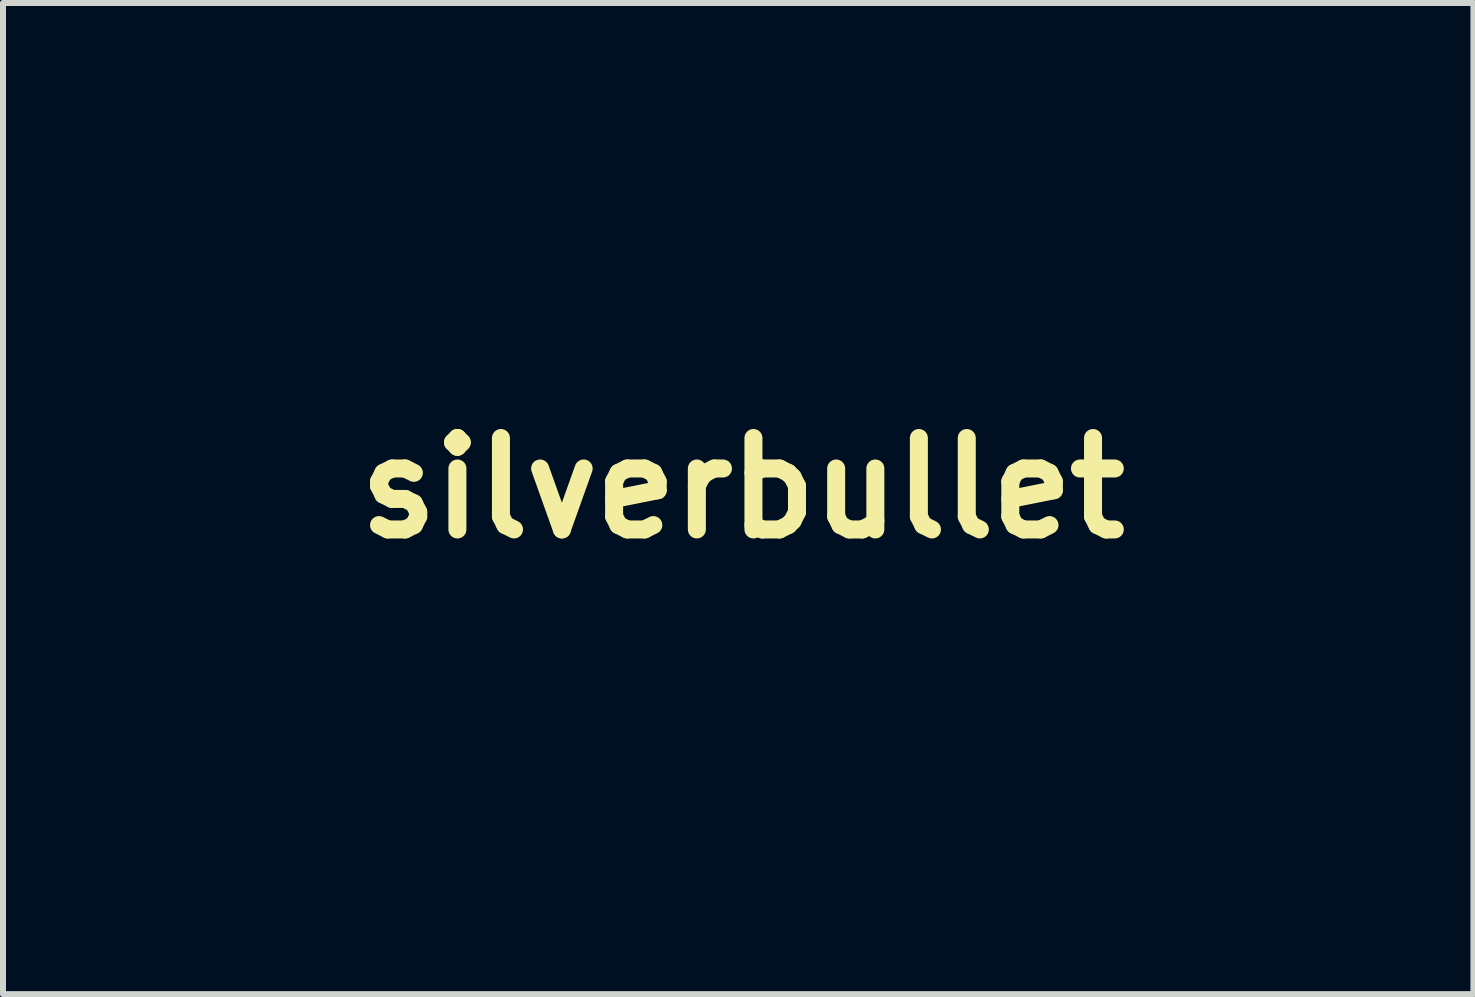
<source format=kicad_pcb>
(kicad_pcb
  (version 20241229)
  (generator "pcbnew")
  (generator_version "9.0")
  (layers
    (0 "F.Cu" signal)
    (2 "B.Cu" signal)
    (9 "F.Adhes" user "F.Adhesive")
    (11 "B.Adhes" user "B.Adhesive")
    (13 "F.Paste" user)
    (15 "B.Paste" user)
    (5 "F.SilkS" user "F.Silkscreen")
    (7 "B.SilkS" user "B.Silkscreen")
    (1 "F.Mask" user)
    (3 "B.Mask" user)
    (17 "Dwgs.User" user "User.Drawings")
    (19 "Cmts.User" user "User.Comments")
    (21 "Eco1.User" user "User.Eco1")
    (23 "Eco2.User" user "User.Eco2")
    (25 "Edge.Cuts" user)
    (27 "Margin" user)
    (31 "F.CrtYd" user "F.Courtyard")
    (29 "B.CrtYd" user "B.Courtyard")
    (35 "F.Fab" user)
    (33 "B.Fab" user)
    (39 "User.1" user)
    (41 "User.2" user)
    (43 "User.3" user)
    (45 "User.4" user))
  (footprint "silverbullet"
    (layer "F.Cu")
    (at 9.328 5.086)
    (property "Reference" "silverbullet" (at 0 0 0) (layer "F.SilkS") (effects (font (size 1.524 1.524) (thickness 0.3))))
    (attr through_hole)
    (fp_poly (pts (xy -6.532 -1.189) (xy -6.495 -1.095) (xy -6.568 -0.99) (xy -6.702 -0.891) (xy -6.797 -0.879) (xy -6.822 -0.93) (xy -6.783 -1.028) (xy -6.718 -1.129) (xy -6.617 -1.221) (xy -6.532 -1.189)) (stroke (width 0.01) (type solid)) (fill yes) (layer "F.Mask"))
    (fp_poly (pts (xy 8.932 2.307) (xy 8.996 2.39) (xy 9.069 2.623) (xy 9.006 2.816) (xy 8.825 2.971) (xy 8.607 3.139) (xy 8.455 3.321) (xy 8.377 3.492) (xy 8.385 3.625) (xy 8.488 3.696) (xy 8.544 3.701) (xy 8.653 3.64) (xy 8.778 3.45) (xy 8.867 3.266) (xy 8.976 3.043) (xy 9.074 2.887) (xy 9.136 2.83) (xy 9.178 2.894) (xy 9.171 3.066) (xy 9.12 3.319) (xy 9.064 3.515) (xy 9.035 3.716) (xy 9.07 3.802) (xy 9.14 3.918) (xy 9.092 3.985) (xy 9.043 3.991) (xy 8.962 4.058) (xy 8.9 4.231) (xy 8.893 4.264) (xy 8.813 4.649) (xy 8.729 4.903) (xy 8.631 5.039) (xy 8.508 5.072) (xy 8.35 5.014) (xy 8.328 5.002) (xy 8.228 4.897) (xy 8.212 4.732) (xy 8.279 4.483) (xy 8.343 4.324) (xy 8.486 3.991) (xy 8.276 3.991) (xy 8.045 3.928) (xy 7.87 3.764) (xy 7.777 3.544) (xy 7.794 3.307) (xy 7.811 3.266) (xy 7.899 3.133) (xy 8.055 2.949) (xy 8.249 2.741) (xy 8.452 2.539) (xy 8.637 2.372) (xy 8.773 2.269) (xy 8.82 2.25) (xy 8.932 2.307)) (stroke (width 0.01) (type solid)) (fill yes) (layer "F.Mask"))
    (fp_poly (pts (xy 7.293 2.281) (xy 7.378 2.363) (xy 7.379 2.365) (xy 7.474 2.585) (xy 7.425 2.789) (xy 7.235 2.967) (xy 7.228 2.971) (xy 7.012 3.138) (xy 6.86 3.319) (xy 6.781 3.49) (xy 6.786 3.623) (xy 6.885 3.694) (xy 6.946 3.699) (xy 7.061 3.627) (xy 7.198 3.416) (xy 7.271 3.263) (xy 7.38 3.042) (xy 7.475 2.886) (xy 7.533 2.83) (xy 7.557 2.893) (xy 7.554 3.052) (xy 7.53 3.262) (xy 7.489 3.475) (xy 7.44 3.639) (xy 7.436 3.764) (xy 7.47 3.807) (xy 7.544 3.9) (xy 7.508 3.977) (xy 7.447 3.991) (xy 7.366 4.058) (xy 7.303 4.231) (xy 7.297 4.264) (xy 7.219 4.642) (xy 7.14 4.891) (xy 7.046 5.027) (xy 6.925 5.066) (xy 6.763 5.023) (xy 6.703 4.995) (xy 6.604 4.929) (xy 6.582 4.831) (xy 6.62 4.655) (xy 6.699 4.416) (xy 6.791 4.199) (xy 6.795 4.191) (xy 6.858 4.052) (xy 6.831 3.999) (xy 6.697 3.99) (xy 6.472 3.958) (xy 6.324 3.841) (xy 6.252 3.724) (xy 6.185 3.548) (xy 6.19 3.379) (xy 6.278 3.191) (xy 6.459 2.954) (xy 6.621 2.774) (xy 6.877 2.507) (xy 7.062 2.342) (xy 7.194 2.27) (xy 7.293 2.281)) (stroke (width 0.01) (type solid)) (fill yes) (layer "F.Mask"))
    (fp_poly (pts (xy -7.36 -1.971) (xy -7.149 -1.934) (xy -7.046 -1.887) (xy -7.017 -1.797) (xy -7.024 -1.668) (xy -7.07 -1.443) (xy -7.151 -1.256) (xy -7.214 -1.178) (xy -7.298 -1.131) (xy -7.437 -1.108) (xy -7.664 -1.104) (xy -7.898 -1.109) (xy -8.315 -1.102) (xy -8.592 -1.057) (xy -8.731 -0.972) (xy -8.731 -0.846) (xy -8.594 -0.678) (xy -8.32 -0.466) (xy -8.27 -0.432) (xy -7.942 -0.159) (xy -7.746 0.128) (xy -7.684 0.42) (xy -7.758 0.703) (xy -7.944 0.941) (xy -8.189 1.098) (xy -8.496 1.194) (xy -8.815 1.222) (xy -9.094 1.174) (xy -9.206 1.117) (xy -9.323 0.971) (xy -9.317 0.777) (xy -9.186 0.526) (xy -9.086 0.391) (xy -8.93 0.229) (xy -8.802 0.148) (xy -8.725 0.148) (xy -8.722 0.229) (xy -8.816 0.39) (xy -8.82 0.395) (xy -8.929 0.593) (xy -8.919 0.724) (xy -8.802 0.782) (xy -8.59 0.762) (xy -8.295 0.657) (xy -8.286 0.653) (xy -8.083 0.537) (xy -7.994 0.417) (xy -8.023 0.278) (xy -8.173 0.107) (xy -8.45 -0.108) (xy -8.552 -0.179) (xy -8.808 -0.369) (xy -9.024 -0.556) (xy -9.166 -0.709) (xy -9.191 -0.748) (xy -9.253 -0.896) (xy -9.248 -1.026) (xy -9.171 -1.208) (xy -9.166 -1.218) (xy -8.939 -1.524) (xy -8.607 -1.763) (xy -8.199 -1.923) (xy -7.744 -1.991) (xy -7.36 -1.971)) (stroke (width 0.01) (type solid)) (fill yes) (layer "F.Mask"))
    (fp_poly (pts (xy 1.052 1.902) (xy 1.168 1.978) (xy 1.189 2.152) (xy 1.117 2.414) (xy 0.953 2.756) (xy 0.831 2.965) (xy 0.661 3.243) (xy 0.508 3.501) (xy 0.397 3.695) (xy 0.374 3.737) (xy 0.307 3.939) (xy 0.268 4.196) (xy 0.261 4.459) (xy 0.285 4.677) (xy 0.336 4.792) (xy 0.461 4.824) (xy 0.643 4.759) (xy 0.848 4.615) (xy 1.045 4.411) (xy 1.045 4.41) (xy 1.158 4.284) (xy 1.225 4.243) (xy 1.233 4.258) (xy 1.187 4.349) (xy 1.066 4.512) (xy 0.893 4.715) (xy 0.864 4.748) (xy 0.661 4.959) (xy 0.512 5.082) (xy 0.379 5.138) (xy 0.224 5.153) (xy 0.216 5.153) (xy -0.012 5.121) (xy -0.174 5.007) (xy -0.212 4.961) (xy -0.32 4.762) (xy -0.363 4.562) (xy -0.363 4.353) (xy -0.664 4.572) (xy -0.945 4.73) (xy -1.193 4.785) (xy -1.385 4.741) (xy -1.5 4.599) (xy -1.524 4.452) (xy -1.533 4.349) (xy -1.588 4.326) (xy -1.729 4.375) (xy -1.767 4.39) (xy -2.048 4.468) (xy -2.241 4.436) (xy -2.341 4.301) (xy -2.344 4.074) (xy -2.246 3.761) (xy -2.173 3.606) (xy -1.991 3.29) (xy -1.831 3.084) (xy -1.702 2.991) (xy -1.619 3.011) (xy -1.591 3.146) (xy -1.63 3.398) (xy -1.672 3.546) (xy -1.758 3.831) (xy -1.8 4.006) (xy -1.796 4.097) (xy -1.746 4.131) (xy -1.664 4.137) (xy -1.51 4.08) (xy -1.322 3.934) (xy -1.139 3.733) (xy -1.043 3.589) (xy -0.959 3.484) (xy -0.912 3.499) (xy -0.905 3.614) (xy -0.945 3.806) (xy -0.972 3.892) (xy -1.061 4.193) (xy -1.082 4.383) (xy -1.035 4.479) (xy -0.949 4.499) (xy -0.739 4.433) (xy -0.533 4.253) (xy -0.358 3.991) (xy -0.258 3.742) (xy -0.134 3.398) (xy 0.3 3.398) (xy 0.304 3.48) (xy 0.361 3.453) (xy 0.465 3.322) (xy 0.607 3.09) (xy 0.783 2.765) (xy 0.875 2.58) (xy 0.976 2.356) (xy 1.038 2.188) (xy 1.048 2.112) (xy 0.971 2.124) (xy 0.853 2.239) (xy 0.714 2.432) (xy 0.575 2.674) (xy 0.478 2.883) (xy 0.356 3.2) (xy 0.3 3.398) (xy -0.134 3.398) (xy -0.127 3.379) (xy 0.05 3.011) (xy 0.257 2.661) (xy 0.477 2.351) (xy 0.693 2.106) (xy 0.89 1.948) (xy 1.049 1.902) (xy 1.052 1.902)) (stroke (width 0.01) (type solid)) (fill yes) (layer "F.Mask"))
    (fp_poly (pts (xy -2.806 2.205) (xy -2.643 2.225) (xy -2.543 2.264) (xy -2.507 2.293) (xy -2.406 2.485) (xy -2.417 2.716) (xy -2.524 2.955) (xy -2.711 3.17) (xy -2.964 3.329) (xy -3.016 3.35) (xy -3.194 3.441) (xy -3.231 3.53) (xy -3.127 3.605) (xy -3.045 3.629) (xy -2.893 3.718) (xy -2.75 3.88) (xy -2.736 3.902) (xy -2.657 4.051) (xy -2.642 4.161) (xy -2.694 4.296) (xy -2.761 4.418) (xy -2.994 4.69) (xy -3.349 4.911) (xy -3.81 5.074) (xy -4.163 5.144) (xy -4.434 5.198) (xy -4.659 5.265) (xy -4.786 5.331) (xy -4.92 5.429) (xy -5.005 5.418) (xy -5.046 5.367) (xy -5.149 5.326) (xy -5.358 5.331) (xy -5.413 5.339) (xy -5.604 5.358) (xy -5.719 5.353) (xy -5.733 5.341) (xy -5.705 5.255) (xy -5.632 5.084) (xy -5.582 4.974) (xy -5.479 4.778) (xy -5.377 4.679) (xy -5.228 4.639) (xy -5.128 4.63) (xy -4.921 4.598) (xy -4.876 4.568) (xy -4.499 4.568) (xy -4.433 4.624) (xy -4.25 4.641) (xy -3.97 4.619) (xy -3.616 4.559) (xy -3.48 4.53) (xy -3.184 4.449) (xy -3.018 4.361) (xy -2.968 4.253) (xy -2.984 4.209) (xy -2.903 4.209) (xy -2.876 4.269) (xy -2.854 4.258) (xy -2.846 4.171) (xy -2.854 4.161) (xy -2.898 4.171) (xy -2.903 4.209) (xy -2.984 4.209) (xy -3.019 4.109) (xy -3.038 4.078) (xy -3.138 4.029) (xy -3.337 3.996) (xy -3.589 3.98) (xy -3.848 3.984) (xy -4.068 4.01) (xy -4.134 4.027) (xy -4.268 4.124) (xy -4.399 4.299) (xy -4.486 4.487) (xy -4.499 4.568) (xy -4.876 4.568) (xy -4.797 4.515) (xy -4.7 4.357) (xy -4.624 4.147) (xy -4.646 4.034) (xy -4.717 3.88) (xy -4.667 3.725) (xy -4.532 3.627) (xy -4.37 3.506) (xy -4.324 3.434) (xy -4.064 3.434) (xy -4.048 3.492) (xy -3.981 3.503) (xy -3.832 3.466) (xy -3.647 3.405) (xy -3.353 3.296) (xy -3.059 3.175) (xy -2.918 3.11) (xy -2.741 3.006) (xy -2.642 2.912) (xy -2.633 2.877) (xy -2.715 2.828) (xy -2.896 2.791) (xy -3.13 2.768) (xy -3.37 2.764) (xy -3.571 2.783) (xy -3.601 2.79) (xy -3.745 2.881) (xy -3.897 3.056) (xy -4.016 3.259) (xy -4.064 3.434) (xy -4.324 3.434) (xy -4.242 3.305) (xy -4.242 3.305) (xy -4.159 3.083) (xy -4.151 2.96) (xy -4.221 2.91) (xy -4.318 2.903) (xy -4.457 2.872) (xy -4.499 2.755) (xy -4.499 2.729) (xy -4.454 2.541) (xy -4.372 2.399) (xy -4.302 2.33) (xy -4.205 2.282) (xy -4.052 2.251) (xy -3.815 2.23) (xy -3.464 2.213) (xy -3.432 2.212) (xy -3.06 2.202) (xy -2.806 2.205)) (stroke (width 0.01) (type solid)) (fill yes) (layer "F.Mask"))
    (fp_poly (pts (xy -4.553 -2.083) (xy -4.506 -1.989) (xy -4.499 -1.862) (xy -4.533 -1.686) (xy -4.638 -1.441) (xy -4.823 -1.109) (xy -4.951 -0.9) (xy -5.148 -0.581) (xy -5.279 -0.346) (xy -5.359 -0.158) (xy -5.403 0.019) (xy -5.426 0.223) (xy -5.431 0.308) (xy -5.432 0.622) (xy -5.386 0.804) (xy -5.285 0.86) (xy -5.12 0.797) (xy -4.975 0.698) (xy -4.674 0.415) (xy -4.46 0.079) (xy -4.308 -0.351) (xy -4.283 -0.451) (xy -4.22 -0.707) (xy -4.173 -0.844) (xy -4.129 -0.883) (xy -4.072 -0.847) (xy -4.046 -0.819) (xy -3.968 -0.657) (xy -3.916 -0.371) (xy -3.895 -0.122) (xy -3.875 0.15) (xy -3.851 0.362) (xy -3.827 0.475) (xy -3.823 0.483) (xy -3.762 0.457) (xy -3.663 0.336) (xy -3.546 0.157) (xy -3.434 -0.044) (xy -3.347 -0.23) (xy -3.308 -0.364) (xy -3.31 -0.395) (xy -3.302 -0.49) (xy -3.231 -0.508) (xy -3.12 -0.44) (xy -3.01 -0.255) (xy -2.995 -0.218) (xy -2.878 0.000123) (xy -2.76 0.074) (xy -2.651 0.006) (xy -2.56 -0.206) (xy -2.552 -0.237) (xy -2.523 -0.307) (xy -1.926 -0.307) (xy -1.92 -0.213) (xy -1.854 -0.176) (xy -1.754 -0.258) (xy -1.731 -0.286) (xy -1.649 -0.426) (xy -1.642 -0.523) (xy -1.719 -0.533) (xy -1.832 -0.45) (xy -1.926 -0.307) (xy -2.523 -0.307) (xy -2.439 -0.509) (xy -2.267 -0.745) (xy -2.253 -0.759) (xy -2.108 -0.889) (xy -2.003 -0.93) (xy -1.876 -0.895) (xy -1.78 -0.85) (xy -1.56 -0.686) (xy -1.475 -0.473) (xy -1.528 -0.212) (xy -1.556 -0.153) (xy -1.693 0.023) (xy -1.842 0.063) (xy -1.986 -0.036) (xy -2 -0.054) (xy -2.07 -0.131) (xy -2.112 -0.091) (xy -2.141 0.013) (xy -2.16 0.29) (xy -2.074 0.49) (xy -1.904 0.595) (xy -1.668 0.586) (xy -1.58 0.555) (xy -1.365 0.431) (xy -1.153 0.258) (xy -1.082 0.181) (xy -0.943 0.181) (xy -0.907 0.218) (xy -0.871 0.181) (xy -0.907 0.145) (xy -0.943 0.181) (xy -1.082 0.181) (xy -0.98 0.072) (xy -0.881 -0.092) (xy -0.871 -0.145) (xy -0.849 -0.285) (xy -0.794 -0.503) (xy -0.751 -0.645) (xy -0.642 -0.899) (xy -0.52 -1.011) (xy -0.38 -0.984) (xy -0.265 -0.883) (xy -0.181 -0.77) (xy -0.154 -0.653) (xy -0.188 -0.492) (xy -0.285 -0.246) (xy -0.3 -0.211) (xy -0.395 0.036) (xy -0.421 0.16) (xy -0.385 0.163) (xy -0.294 0.046) (xy -0.155 -0.191) (xy -0.134 -0.231) (xy 0.023 -0.499) (xy 0.15 -0.647) (xy 0.254 -0.689) (xy 0.349 -0.663) (xy 0.399 -0.561) (xy 0.422 -0.375) (xy 0.446 -0.179) (xy 0.492 -0.1) (xy 0.559 -0.104) (xy 0.634 -0.121) (xy 0.598 -0.058) (xy 0.582 -0.038) (xy 0.465 0.06) (xy 0.35 0.036) (xy 0.252 -0.049) (xy 0.167 -0.205) (xy 0.171 -0.424) (xy 0.185 -0.58) (xy 0.156 -0.605) (xy 0.09 -0.501) (xy -0.009 -0.275) (xy -0.032 -0.218) (xy -0.227 0.257) (xy -0.393 0.593) (xy -0.532 0.796) (xy -0.647 0.87) (xy -0.656 0.871) (xy -0.804 0.806) (xy -0.908 0.636) (xy -0.943 0.427) (xy -0.943 0.263) (xy -1.143 0.449) (xy -1.322 0.598) (xy -1.489 0.711) (xy -1.501 0.717) (xy -1.763 0.792) (xy -2.044 0.78) (xy -2.302 0.694) (xy -2.494 0.546) (xy -2.569 0.402) (xy -2.647 0.26) (xy -2.737 0.218) (xy -2.869 0.17) (xy -3.029 0.054) (xy -3.047 0.037) (xy -3.236 -0.144) (xy -3.51 0.364) (xy -3.645 0.601) (xy -3.761 0.779) (xy -3.835 0.867) (xy -3.845 0.871) (xy -3.965 0.895) (xy -4.004 0.908) (xy -4.132 0.889) (xy -4.281 0.782) (xy -4.409 0.628) (xy -4.476 0.471) (xy -4.475 0.409) (xy -4.452 0.301) (xy -4.478 0.324) (xy -4.523 0.399) (xy -4.62 0.53) (xy -4.779 0.715) (xy -4.907 0.852) (xy -5.105 1.038) (xy -5.267 1.132) (xy -5.44 1.161) (xy -5.47 1.161) (xy -5.742 1.107) (xy -5.881 1.014) (xy -6.006 0.83) (xy -6.071 0.651) (xy -6.114 0.436) (xy -6.362 0.654) (xy -6.617 0.814) (xy -6.861 0.859) (xy -7.067 0.795) (xy -7.208 0.631) (xy -7.257 0.39) (xy -7.228 0.167) (xy -7.151 -0.091) (xy -7.047 -0.338) (xy -6.934 -0.528) (xy -6.839 -0.614) (xy -6.696 -0.621) (xy -6.63 -0.521) (xy -6.655 -0.34) (xy -6.665 -0.312) (xy -6.722 -0.108) (xy -6.761 0.148) (xy -6.766 0.215) (xy -6.767 0.424) (xy -6.729 0.529) (xy -6.655 0.566) (xy -6.517 0.529) (xy -6.349 0.395) (xy -6.184 0.201) (xy -6.052 -0.019) (xy -5.988 -0.206) (xy -5.913 -0.444) (xy -5.897 -0.48) (xy -5.441 -0.48) (xy -5.409 -0.461) (xy -5.322 -0.555) (xy -5.192 -0.746) (xy -5.031 -1.016) (xy -4.885 -1.283) (xy -4.748 -1.566) (xy -4.68 -1.766) (xy -4.679 -1.871) (xy -4.748 -1.869) (xy -4.861 -1.774) (xy -4.948 -1.649) (xy -5.063 -1.435) (xy -5.188 -1.171) (xy -5.305 -0.901) (xy -5.395 -0.665) (xy -5.439 -0.504) (xy -5.441 -0.48) (xy -5.897 -0.48) (xy -5.773 -0.755) (xy -5.59 -1.098) (xy -5.387 -1.433) (xy -5.187 -1.717) (xy -5.095 -1.828) (xy -4.884 -2.019) (xy -4.7 -2.103) (xy -4.672 -2.105) (xy -4.553 -2.083)) (stroke (width 0.01) (type solid)) (fill yes) (layer "F.Mask"))
    (fp_poly (pts (xy 3.237 -5.042) (xy 3.292 -4.918) (xy 3.367 -4.688) (xy 3.431 -4.467) (xy 3.592 -3.907) (xy 4.431 -3.895) (xy 4.798 -3.887) (xy 5.062 -3.872) (xy 5.265 -3.839) (xy 5.449 -3.782) (xy 5.656 -3.691) (xy 5.81 -3.615) (xy 6.38 -3.262) (xy 6.868 -2.816) (xy 7.248 -2.301) (xy 7.344 -2.123) (xy 7.459 -1.898) (xy 7.552 -1.736) (xy 7.602 -1.669) (xy 7.603 -1.669) (xy 7.685 -1.687) (xy 7.871 -1.735) (xy 8.126 -1.803) (xy 8.211 -1.826) (xy 8.481 -1.893) (xy 8.695 -1.933) (xy 8.817 -1.94) (xy 8.83 -1.935) (xy 8.855 -1.888) (xy 8.816 -1.843) (xy 8.693 -1.788) (xy 8.464 -1.715) (xy 8.234 -1.648) (xy 7.667 -1.485) (xy 7.657 -0.724) (xy 7.644 -0.318) (xy 7.612 -0.01) (xy 7.555 0.246) (xy 7.484 0.452) (xy 7.199 1.01) (xy 6.814 1.518) (xy 6.36 1.936) (xy 6.238 2.023) (xy 5.989 2.2) (xy 5.843 2.338) (xy 5.773 2.466) (xy 5.758 2.543) (xy 5.752 2.678) (xy 5.8 2.74) (xy 5.939 2.758) (xy 6.042 2.759) (xy 6.225 2.768) (xy 6.275 2.797) (xy 6.241 2.83) (xy 6.086 2.885) (xy 5.942 2.902) (xy 5.73 2.949) (xy 5.625 3.089) (xy 5.626 3.327) (xy 5.644 3.411) (xy 5.674 3.605) (xy 5.658 3.727) (xy 5.611 3.754) (xy 5.544 3.664) (xy 5.524 3.615) (xy 5.481 3.521) (xy 5.44 3.524) (xy 5.378 3.638) (xy 5.333 3.737) (xy 5.243 4) (xy 5.185 4.285) (xy 5.162 4.554) (xy 5.176 4.769) (xy 5.231 4.892) (xy 5.25 4.904) (xy 5.41 4.893) (xy 5.6 4.773) (xy 5.793 4.565) (xy 5.963 4.295) (xy 5.98 4.262) (xy 6.077 4.076) (xy 6.144 3.972) (xy 6.166 3.97) (xy 6.123 4.162) (xy 6.003 4.415) (xy 5.834 4.688) (xy 5.641 4.94) (xy 5.452 5.131) (xy 5.356 5.196) (xy 5.122 5.285) (xy 4.938 5.263) (xy 4.753 5.123) (xy 4.75 5.12) (xy 4.601 4.884) (xy 4.572 4.681) (xy 4.572 4.421) (xy 4.257 4.605) (xy 3.884 4.759) (xy 3.531 4.771) (xy 3.262 4.679) (xy 3.104 4.566) (xy 3.037 4.409) (xy 3.03 4.209) (xy 3.002 4.18) (xy 2.924 4.267) (xy 2.914 4.282) (xy 2.8 4.433) (xy 2.628 4.638) (xy 2.476 4.808) (xy 2.282 5.003) (xy 2.132 5.108) (xy 1.981 5.149) (xy 1.888 5.153) (xy 1.629 5.104) (xy 1.45 4.949) (xy 1.339 4.678) (xy 1.305 4.489) (xy 1.301 4.393) (xy 1.907 4.393) (xy 1.949 4.663) (xy 2.014 4.805) (xy 2.084 4.851) (xy 2.207 4.811) (xy 2.327 4.751) (xy 2.553 4.577) (xy 2.771 4.317) (xy 2.942 4.025) (xy 3.019 3.797) (xy 3.06 3.69) (xy 3.663 3.69) (xy 3.669 3.781) (xy 3.738 3.813) (xy 3.843 3.722) (xy 3.858 3.705) (xy 3.955 3.565) (xy 3.991 3.475) (xy 3.95 3.413) (xy 3.846 3.455) (xy 3.742 3.551) (xy 3.663 3.69) (xy 3.06 3.69) (xy 3.085 3.624) (xy 3.21 3.422) (xy 3.36 3.231) (xy 3.504 3.094) (xy 3.601 3.048) (xy 3.7 3.083) (xy 3.863 3.17) (xy 3.901 3.192) (xy 4.088 3.37) (xy 4.136 3.589) (xy 4.045 3.844) (xy 4.019 3.885) (xy 3.869 4.035) (xy 3.715 4.045) (xy 3.588 3.937) (xy 3.518 3.861) (xy 3.476 3.9) (xy 3.447 4.004) (xy 3.43 4.277) (xy 3.519 4.477) (xy 3.691 4.583) (xy 3.926 4.576) (xy 4.01 4.546) (xy 4.317 4.37) (xy 4.538 4.127) (xy 4.698 3.784) (xy 4.753 3.605) (xy 4.779 3.505) (xy 5.21 3.505) (xy 5.214 3.59) (xy 5.227 3.591) (xy 5.283 3.5) (xy 5.335 3.334) (xy 5.335 3.332) (xy 5.364 3.142) (xy 5.347 3.082) (xy 5.3 3.154) (xy 5.242 3.335) (xy 5.21 3.505) (xy 4.779 3.505) (xy 4.82 3.348) (xy 4.848 3.193) (xy 4.836 3.103) (xy 4.784 3.042) (xy 4.747 3.012) (xy 4.659 2.937) (xy 4.691 2.91) (xy 4.805 2.905) (xy 4.981 2.848) (xy 5.115 2.715) (xy 5.146 2.617) (xy 5.443 2.617) (xy 5.474 2.732) (xy 5.515 2.758) (xy 5.57 2.695) (xy 5.588 2.572) (xy 5.565 2.449) (xy 5.515 2.431) (xy 5.454 2.534) (xy 5.443 2.617) (xy 5.146 2.617) (xy 5.153 2.595) (xy 5.085 2.583) (xy 4.904 2.574) (xy 4.639 2.568) (xy 4.445 2.566) (xy 4.048 2.557) (xy 3.747 2.524) (xy 3.491 2.462) (xy 3.338 2.407) (xy 3.123 2.323) (xy 2.972 2.266) (xy 2.922 2.25) (xy 2.883 2.308) (xy 2.802 2.456) (xy 2.749 2.558) (xy 2.622 2.786) (xy 2.452 3.064) (xy 2.308 3.286) (xy 2.093 3.667) (xy 1.957 4.047) (xy 1.907 4.393) (xy 1.301 4.393) (xy 1.292 4.196) (xy 1.343 3.913) (xy 1.411 3.711) (xy 1.542 3.404) (xy 1.971 3.404) (xy 1.976 3.482) (xy 2.037 3.445) (xy 2.149 3.296) (xy 2.306 3.04) (xy 2.503 2.678) (xy 2.507 2.669) (xy 2.609 2.45) (xy 2.673 2.267) (xy 2.685 2.199) (xy 2.655 2.135) (xy 2.577 2.181) (xy 2.465 2.315) (xy 2.337 2.516) (xy 2.208 2.765) (xy 2.152 2.889) (xy 2.028 3.208) (xy 1.971 3.404) (xy 1.542 3.404) (xy 1.655 3.14) (xy 1.924 2.65) (xy 2.202 2.272) (xy 2.214 2.259) (xy 2.463 1.983) (xy 2.078 1.587) (xy 1.849 1.318) (xy 1.631 1.01) (xy 1.487 0.758) (xy 1.381 0.537) (xy 1.304 0.376) (xy 1.273 0.312) (xy 1.205 0.325) (xy 1.03 0.37) (xy 0.78 0.439) (xy 0.656 0.475) (xy 0.38 0.551) (xy 0.162 0.603) (xy 0.035 0.624) (xy 0.016 0.621) (xy 0.014 0.542) (xy 0.121 0.457) (xy 0.271 0.403) (xy 0.461 0.353) (xy 0.713 0.284) (xy 0.838 0.249) (xy 0.838 0.249) (xy 1.542 0.249) (xy 1.542 0.342) (xy 1.613 0.518) (xy 1.737 0.747) (xy 1.896 0.997) (xy 2.07 1.237) (xy 2.241 1.436) (xy 2.255 1.45) (xy 2.629 1.758) (xy 3.082 2.031) (xy 3.554 2.236) (xy 3.846 2.319) (xy 4.056 2.344) (xy 4.328 2.353) (xy 4.615 2.348) (xy 4.87 2.329) (xy 5.047 2.298) (xy 5.086 2.282) (xy 5.091 2.204) (xy 5.06 2.021) (xy 5 1.769) (xy 4.978 1.689) (xy 4.821 1.125) (xy 4.497 1.097) (xy 5.023 1.097) (xy 5.033 1.214) (xy 5.081 1.414) (xy 5.147 1.649) (xy 5.314 2.235) (xy 5.68 2.083) (xy 5.92 1.954) (xy 6.2 1.761) (xy 6.462 1.546) (xy 6.467 1.541) (xy 6.877 1.073) (xy 7.188 0.534) (xy 7.388 -0.046) (xy 7.464 -0.638) (xy 7.452 -0.931) (xy 7.423 -1.154) (xy 7.394 -1.311) (xy 7.377 -1.356) (xy 7.296 -1.354) (xy 7.111 -1.318) (xy 6.855 -1.257) (xy 6.756 -1.231) (xy 6.169 -1.073) (xy 6.169 -0.659) (xy 6.109 -0.18) (xy 5.927 0.241) (xy 5.615 0.615) (xy 5.168 0.95) (xy 5.111 0.985) (xy 5.049 1.031) (xy 5.023 1.097) (xy 4.497 1.097) (xy 4.348 1.084) (xy 3.823 0.977) (xy 3.382 0.753) (xy 3.025 0.412) (xy 3.004 0.385) (xy 2.867 0.195) (xy 2.769 0.044) (xy 2.743 -0.008) (xy 2.689 -0.045) (xy 2.551 -0.038) (xy 2.308 0.015) (xy 2.146 0.057) (xy 1.878 0.133) (xy 1.668 0.199) (xy 1.552 0.242) (xy 1.542 0.249) (xy 0.838 0.249) (xy 1.204 0.143) (xy 1.177 -0.527) (xy 1.175 -0.646) (xy 1.379 -0.646) (xy 1.388 -0.346) (xy 1.412 -0.107) (xy 1.447 0.039) (xy 1.477 0.07) (xy 1.547 0.051) (xy 1.723 0.002) (xy 1.972 -0.069) (xy 2.068 -0.096) (xy 2.216 -0.138) (xy 2.825 -0.138) (xy 2.991 0.158) (xy 3.183 0.408) (xy 3.448 0.638) (xy 3.749 0.825) (xy 4.051 0.948) (xy 4.316 0.988) (xy 4.415 0.972) (xy 4.572 0.947) (xy 4.642 0.943) (xy 4.696 0.933) (xy 4.72 0.885) (xy 4.71 0.775) (xy 4.664 0.58) (xy 4.579 0.275) (xy 4.555 0.193) (xy 4.348 -0.525) (xy 4.542 -0.525) (xy 4.572 -0.379) (xy 4.624 -0.212) (xy 4.7 0.042) (xy 4.784 0.329) (xy 4.789 0.345) (xy 4.866 0.596) (xy 4.932 0.782) (xy 4.974 0.868) (xy 4.978 0.871) (xy 5.062 0.841) (xy 5.211 0.768) (xy 5.486 0.567) (xy 5.746 0.277) (xy 5.91 0.014) (xy 5.99 -0.195) (xy 6.049 -0.442) (xy 6.081 -0.683) (xy 6.081 -0.873) (xy 6.043 -0.968) (xy 5.954 -0.965) (xy 5.763 -0.931) (xy 5.507 -0.876) (xy 5.223 -0.808) (xy 4.948 -0.736) (xy 4.72 -0.67) (xy 4.576 -0.617) (xy 4.558 -0.608) (xy 4.542 -0.525) (xy 4.348 -0.525) (xy 4.339 -0.557) (xy 3.857 -0.422) (xy 3.561 -0.34) (xy 3.279 -0.262) (xy 3.1 -0.213) (xy 2.825 -0.138) (xy 2.216 -0.138) (xy 2.649 -0.261) (xy 2.63 -0.471) (xy 2.748 -0.471) (xy 2.755 -0.328) (xy 2.776 -0.292) (xy 2.849 -0.311) (xy 3.03 -0.363) (xy 3.291 -0.439) (xy 3.507 -0.503) (xy 3.808 -0.594) (xy 4.054 -0.672) (xy 4.212 -0.728) (xy 4.255 -0.747) (xy 4.249 -0.824) (xy 4.211 -1.003) (xy 4.15 -1.248) (xy 4.078 -1.524) (xy 4.003 -1.793) (xy 3.934 -2.02) (xy 3.883 -2.167) (xy 3.87 -2.195) (xy 3.783 -2.221) (xy 3.635 -2.154) (xy 3.45 -2.015) (xy 3.253 -1.828) (xy 3.069 -1.615) (xy 2.923 -1.398) (xy 2.87 -1.29) (xy 2.825 -1.133) (xy 2.787 -0.916) (xy 2.76 -0.681) (xy 2.748 -0.471) (xy 2.63 -0.471) (xy 2.625 -0.528) (xy 2.654 -0.97) (xy 2.806 -1.412) (xy 3.063 -1.809) (xy 3.163 -1.918) (xy 3.366 -2.1) (xy 3.557 -2.238) (xy 3.664 -2.29) (xy 4.064 -2.29) (xy 4.083 -2.168) (xy 4.134 -1.958) (xy 4.206 -1.695) (xy 4.289 -1.415) (xy 4.372 -1.152) (xy 4.445 -0.941) (xy 4.497 -0.817) (xy 4.512 -0.798) (xy 4.604 -0.817) (xy 4.802 -0.867) (xy 5.073 -0.94) (xy 5.262 -0.993) (xy 5.554 -1.083) (xy 5.784 -1.17) (xy 5.924 -1.241) (xy 5.951 -1.272) (xy 5.898 -1.428) (xy 5.759 -1.634) (xy 5.564 -1.85) (xy 5.343 -2.041) (xy 5.313 -2.062) (xy 5.086 -2.197) (xy 4.851 -2.273) (xy 4.54 -2.309) (xy 4.534 -2.309) (xy 4.295 -2.318) (xy 4.125 -2.31) (xy 4.064 -2.29) (xy 3.664 -2.29) (xy 3.675 -2.295) (xy 3.806 -2.364) (xy 3.816 -2.442) (xy 3.778 -2.563) (xy 3.719 -2.776) (xy 3.661 -2.996) (xy 3.591 -3.24) (xy 3.526 -3.428) (xy 3.489 -3.499) (xy 3.734 -3.499) (xy 3.759 -3.3) (xy 3.838 -3.004) (xy 3.839 -3) (xy 4.001 -2.431) (xy 4.45 -2.427) (xy 4.869 -2.386) (xy 5.194 -2.269) (xy 5.437 -2.108) (xy 5.684 -1.889) (xy 5.897 -1.652) (xy 6.037 -1.438) (xy 6.058 -1.384) (xy 6.143 -1.267) (xy 6.229 -1.263) (xy 6.361 -1.3) (xy 6.581 -1.362) (xy 6.785 -1.419) (xy 7.022 -1.49) (xy 7.199 -1.552) (xy 7.27 -1.586) (xy 7.278 -1.685) (xy 7.211 -1.867) (xy 7.088 -2.101) (xy 6.924 -2.358) (xy 6.739 -2.608) (xy 6.556 -2.815) (xy 6.068 -3.221) (xy 5.538 -3.495) (xy 4.945 -3.647) (xy 4.536 -3.684) (xy 4.163 -3.693) (xy 3.918 -3.678) (xy 3.781 -3.619) (xy 3.734 -3.499) (xy 3.489 -3.499) (xy 3.483 -3.511) (xy 3.377 -3.524) (xy 3.189 -3.46) (xy 2.949 -3.333) (xy 2.686 -3.161) (xy 2.43 -2.959) (xy 2.342 -2.879) (xy 1.902 -2.378) (xy 1.597 -1.827) (xy 1.425 -1.217) (xy 1.379 -0.646) (xy 1.175 -0.646) (xy 1.171 -0.93) (xy 1.197 -1.248) (xy 1.259 -1.537) (xy 1.29 -1.64) (xy 1.538 -2.215) (xy 1.893 -2.741) (xy 2.332 -3.191) (xy 2.83 -3.537) (xy 3.047 -3.643) (xy 3.24 -3.729) (xy 3.369 -3.791) (xy 3.396 -3.807) (xy 3.389 -3.883) (xy 3.35 -4.065) (xy 3.286 -4.318) (xy 3.259 -4.42) (xy 3.19 -4.694) (xy 3.149 -4.913) (xy 3.14 -5.04) (xy 3.145 -5.056) (xy 3.192 -5.081) (xy 3.237 -5.042)) (stroke (width 0.01) (type solid)) (fill yes) (layer "F.Mask")))
  (gr_rect
    (start -3 -3)
    (end 21.511 13.521)
    (stroke (width 0.1) (type default))
    (fill no)
    (layer "Edge.Cuts")))
</source>
